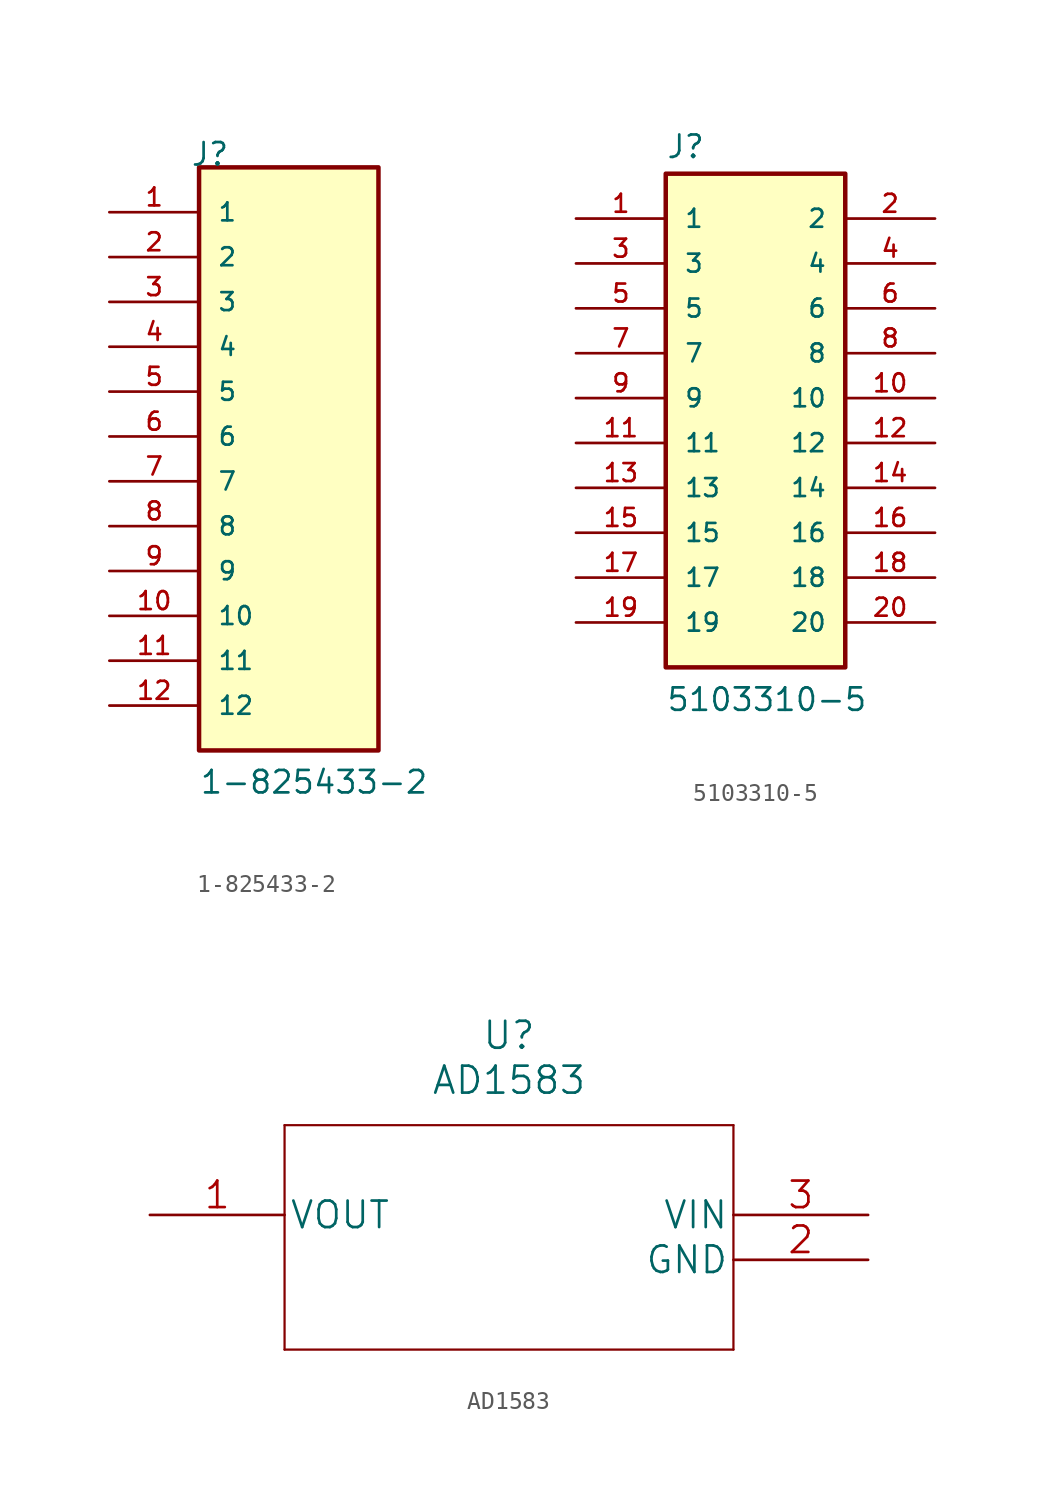
<source format=kicad_sym>
(kicad_symbol_lib
  (version 20211014)
  (generator kicad_symbol_editor)
  (symbol "1-825433-2"
    (pin_names
      (offset 1.016))
    (property "Reference" "J"
      (at -5.588 17.78 0)
      (effects (font (size 1.27 1.27)) (justify left bottom)))
    (property "Value" "1-825433-2"
      (at -5.08 -17.78 0)
      (effects (font (size 1.27 1.27)) (justify left bottom)))
    (symbol "1-825433-2_0_0"
      (rectangle (start -5.08 -15.24) (end 5.08 17.78) (stroke (width 0.254) (type default) (color 0 0 0 0)) (fill (type background)))
      (pin passive line (at -10.16 15.24 0) (length 5.08) (name "1" (effects (font (size 1.016 1.016)))) (number "1" (effects (font (size 1.016 1.016)))))
      (pin passive line (at -10.16 -7.62 0) (length 5.08) (name "10" (effects (font (size 1.016 1.016)))) (number "10" (effects (font (size 1.016 1.016)))))
      (pin passive line (at -10.16 -10.16 0) (length 5.08) (name "11" (effects (font (size 1.016 1.016)))) (number "11" (effects (font (size 1.016 1.016)))))
      (pin passive line (at -10.16 -12.7 0) (length 5.08) (name "12" (effects (font (size 1.016 1.016)))) (number "12" (effects (font (size 1.016 1.016)))))
      (pin passive line (at -10.16 12.7 0) (length 5.08) (name "2" (effects (font (size 1.016 1.016)))) (number "2" (effects (font (size 1.016 1.016)))))
      (pin passive line (at -10.16 10.16 0) (length 5.08) (name "3" (effects (font (size 1.016 1.016)))) (number "3" (effects (font (size 1.016 1.016)))))
      (pin passive line (at -10.16 7.62 0) (length 5.08) (name "4" (effects (font (size 1.016 1.016)))) (number "4" (effects (font (size 1.016 1.016)))))
      (pin passive line (at -10.16 5.08 0) (length 5.08) (name "5" (effects (font (size 1.016 1.016)))) (number "5" (effects (font (size 1.016 1.016)))))
      (pin passive line (at -10.16 2.54 0) (length 5.08) (name "6" (effects (font (size 1.016 1.016)))) (number "6" (effects (font (size 1.016 1.016)))))
      (pin passive line (at -10.16 0 0) (length 5.08) (name "7" (effects (font (size 1.016 1.016)))) (number "7" (effects (font (size 1.016 1.016)))))
      (pin passive line (at -10.16 -2.54 0) (length 5.08) (name "8" (effects (font (size 1.016 1.016)))) (number "8" (effects (font (size 1.016 1.016)))))
      (pin passive line (at -10.16 -5.08 0) (length 5.08) (name "9" (effects (font (size 1.016 1.016)))) (number "9" (effects (font (size 1.016 1.016)))))))
  (symbol "5103310-5"
    (pin_names
      (offset 1.016))
    (property "Reference" "J"
      (at -5.08 16.027 0)
      (effects (font (size 1.27 1.27)) (justify left bottom)))
    (property "Value" "5103310-5"
      (at -5.08 -15.265 0)
      (effects (font (size 1.27 1.27)) (justify left bottom)))
    (symbol "5103310-5_0_0"
      (rectangle (start -5.08 -12.7) (end 5.08 15.24) (stroke (width 0.254) (type default) (color 0 0 0 0)) (fill (type background)))
      (pin passive line (at -10.16 12.7 0) (length 5.08) (name "1" (effects (font (size 1.016 1.016)))) (number "1" (effects (font (size 1.016 1.016)))))
      (pin passive line (at 10.16 2.54 180) (length 5.08) (name "10" (effects (font (size 1.016 1.016)))) (number "10" (effects (font (size 1.016 1.016)))))
      (pin passive line (at -10.16 0 0) (length 5.08) (name "11" (effects (font (size 1.016 1.016)))) (number "11" (effects (font (size 1.016 1.016)))))
      (pin passive line (at 10.16 0 180) (length 5.08) (name "12" (effects (font (size 1.016 1.016)))) (number "12" (effects (font (size 1.016 1.016)))))
      (pin passive line (at -10.16 -2.54 0) (length 5.08) (name "13" (effects (font (size 1.016 1.016)))) (number "13" (effects (font (size 1.016 1.016)))))
      (pin passive line (at 10.16 -2.54 180) (length 5.08) (name "14" (effects (font (size 1.016 1.016)))) (number "14" (effects (font (size 1.016 1.016)))))
      (pin passive line (at -10.16 -5.08 0) (length 5.08) (name "15" (effects (font (size 1.016 1.016)))) (number "15" (effects (font (size 1.016 1.016)))))
      (pin passive line (at 10.16 -5.08 180) (length 5.08) (name "16" (effects (font (size 1.016 1.016)))) (number "16" (effects (font (size 1.016 1.016)))))
      (pin passive line (at -10.16 -7.62 0) (length 5.08) (name "17" (effects (font (size 1.016 1.016)))) (number "17" (effects (font (size 1.016 1.016)))))
      (pin passive line (at 10.16 -7.62 180) (length 5.08) (name "18" (effects (font (size 1.016 1.016)))) (number "18" (effects (font (size 1.016 1.016)))))
      (pin passive line (at -10.16 -10.16 0) (length 5.08) (name "19" (effects (font (size 1.016 1.016)))) (number "19" (effects (font (size 1.016 1.016)))))
      (pin passive line (at 10.16 12.7 180) (length 5.08) (name "2" (effects (font (size 1.016 1.016)))) (number "2" (effects (font (size 1.016 1.016)))))
      (pin passive line (at 10.16 -10.16 180) (length 5.08) (name "20" (effects (font (size 1.016 1.016)))) (number "20" (effects (font (size 1.016 1.016)))))
      (pin passive line (at -10.16 10.16 0) (length 5.08) (name "3" (effects (font (size 1.016 1.016)))) (number "3" (effects (font (size 1.016 1.016)))))
      (pin passive line (at 10.16 10.16 180) (length 5.08) (name "4" (effects (font (size 1.016 1.016)))) (number "4" (effects (font (size 1.016 1.016)))))
      (pin passive line (at -10.16 7.62 0) (length 5.08) (name "5" (effects (font (size 1.016 1.016)))) (number "5" (effects (font (size 1.016 1.016)))))
      (pin passive line (at 10.16 7.62 180) (length 5.08) (name "6" (effects (font (size 1.016 1.016)))) (number "6" (effects (font (size 1.016 1.016)))))
      (pin passive line (at -10.16 5.08 0) (length 5.08) (name "7" (effects (font (size 1.016 1.016)))) (number "7" (effects (font (size 1.016 1.016)))))
      (pin passive line (at 10.16 5.08 180) (length 5.08) (name "8" (effects (font (size 1.016 1.016)))) (number "8" (effects (font (size 1.016 1.016)))))
      (pin passive line (at -10.16 2.54 0) (length 5.08) (name "9" (effects (font (size 1.016 1.016)))) (number "9" (effects (font (size 1.016 1.016)))))))
  (symbol "AD1583"
    (pin_names
      (offset 0.254))
    (property "Reference" "U"
      (at 20.32 10.16 0)
      (effects (font (size 1.524 1.524))))
    (property "Value" "AD1583"
      (at 20.32 7.62 0)
      (effects (font (size 1.524 1.524))))
    (property "Datasheet" ""
      (at 0 0 0)
      (effects (font (size 1.524 1.524))))
    (symbol "AD1583_1_1"
      (polyline (pts (xy 7.62 -7.62) (xy 33.02 -7.62)) (stroke (width 0.127) (type default) (color 0 0 0 0)) (fill (type none)))
      (polyline (pts (xy 7.62 5.08) (xy 7.62 -7.62)) (stroke (width 0.127) (type default) (color 0 0 0 0)) (fill (type none)))
      (polyline (pts (xy 33.02 -7.62) (xy 33.02 5.08)) (stroke (width 0.127) (type default) (color 0 0 0 0)) (fill (type none)))
      (polyline (pts (xy 33.02 5.08) (xy 7.62 5.08)) (stroke (width 0.127) (type default) (color 0 0 0 0)) (fill (type none)))
      (pin unspecified line (at 0 0 0) (length 7.62) (name "VOUT" (effects (font (size 1.499 1.499)))) (number "1" (effects (font (size 1.499 1.499)))))
      (pin unspecified line (at 40.64 -2.54 180) (length 7.62) (name "GND" (effects (font (size 1.499 1.499)))) (number "2" (effects (font (size 1.499 1.499)))))
      (pin unspecified line (at 40.64 0 180) (length 7.62) (name "VIN" (effects (font (size 1.499 1.499)))) (number "3" (effects (font (size 1.499 1.499))))))))
</source>
